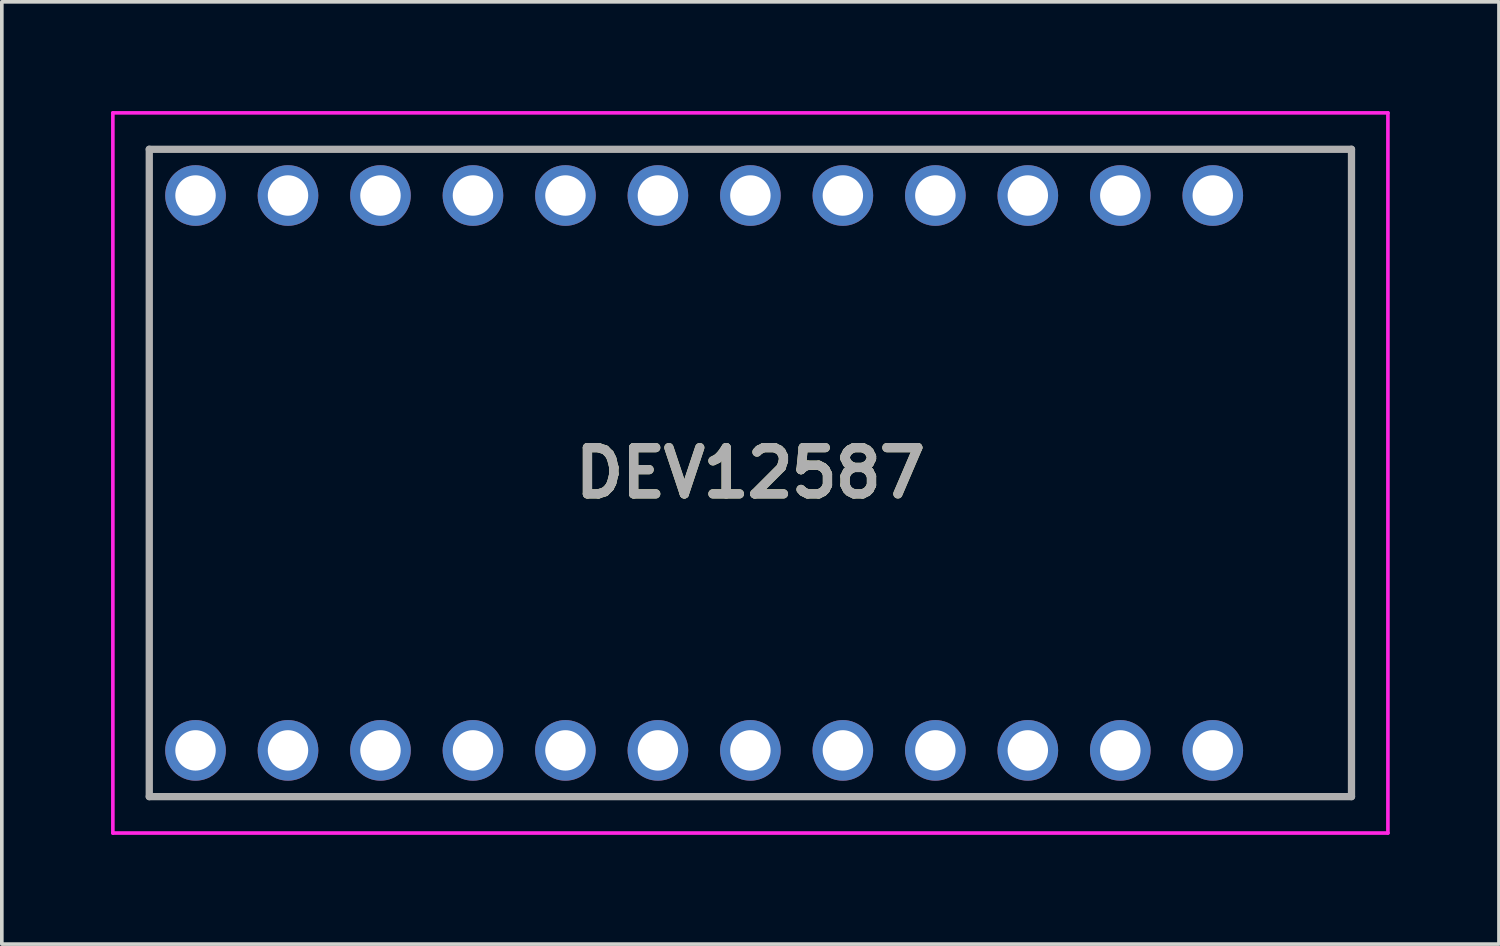
<source format=kicad_pcb>
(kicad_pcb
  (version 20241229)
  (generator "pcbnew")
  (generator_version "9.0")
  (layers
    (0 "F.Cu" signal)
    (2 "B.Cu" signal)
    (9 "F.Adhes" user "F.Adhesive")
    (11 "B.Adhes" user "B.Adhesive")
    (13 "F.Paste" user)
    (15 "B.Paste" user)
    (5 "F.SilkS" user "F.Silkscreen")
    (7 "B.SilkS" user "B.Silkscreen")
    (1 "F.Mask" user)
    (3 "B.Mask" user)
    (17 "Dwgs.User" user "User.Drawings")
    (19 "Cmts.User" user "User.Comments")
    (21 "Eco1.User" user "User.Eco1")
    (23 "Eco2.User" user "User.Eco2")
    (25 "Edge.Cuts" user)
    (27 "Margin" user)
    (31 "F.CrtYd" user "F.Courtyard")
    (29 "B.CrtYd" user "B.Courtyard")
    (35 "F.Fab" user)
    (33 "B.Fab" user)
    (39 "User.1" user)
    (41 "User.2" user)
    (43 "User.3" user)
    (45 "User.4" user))
  (footprint "DEV12587"
    (layer "F.Cu")
    (at 30.26 17.56)
    (property "Reference" "DEV12587" (at -12.7 -7.62 0) (layer "F.SilkS") (effects (font (size 1.27 1.27) (thickness 0.254))))
    (attr through_hole)
    (fp_line (start -29.21 -16.51) (end 3.81 -16.51) (stroke (width 0.1) (type solid)) (layer "F.SilkS"))
    (fp_line (start -29.21 1.27) (end -29.21 -16.51) (stroke (width 0.1) (type solid)) (layer "F.SilkS"))
    (fp_line (start 3.81 -16.51) (end 3.81 1.27) (stroke (width 0.1) (type solid)) (layer "F.SilkS"))
    (fp_line (start 3.81 1.27) (end -29.21 1.27) (stroke (width 0.1) (type solid)) (layer "F.SilkS"))
    (fp_line (start -30.21 -17.51) (end 4.81 -17.51) (stroke (width 0.1) (type solid)) (layer "F.CrtYd"))
    (fp_line (start -30.21 2.27) (end -30.21 -17.51) (stroke (width 0.1) (type solid)) (layer "F.CrtYd"))
    (fp_line (start 4.81 -17.51) (end 4.81 2.27) (stroke (width 0.1) (type solid)) (layer "F.CrtYd"))
    (fp_line (start 4.81 2.27) (end -30.21 2.27) (stroke (width 0.1) (type solid)) (layer "F.CrtYd"))
    (fp_line (start -29.21 -16.51) (end 3.81 -16.51) (stroke (width 0.2) (type solid)) (layer "F.Fab"))
    (fp_line (start -29.21 1.27) (end -29.21 -16.51) (stroke (width 0.2) (type solid)) (layer "F.Fab"))
    (fp_line (start 3.81 -16.51) (end 3.81 1.27) (stroke (width 0.2) (type solid)) (layer "F.Fab"))
    (fp_line (start 3.81 1.27) (end -29.21 1.27) (stroke (width 0.2) (type solid)) (layer "F.Fab"))
    (fp_text user "${REFERENCE}" (at -12.7 -7.62 0) (layer "F.Fab") (effects (font (size 1.27 1.27) (thickness 0.254))))
    (pad "1" thru_hole circle (at 0 0) (size 1.665 1.665) (drill 1.11) (layers "*.Cu" "*.Mask"))
    (pad "2" thru_hole circle (at -2.54 0) (size 1.665 1.665) (drill 1.11) (layers "*.Cu" "*.Mask"))
    (pad "3" thru_hole circle (at -5.08 0) (size 1.665 1.665) (drill 1.11) (layers "*.Cu" "*.Mask"))
    (pad "4" thru_hole circle (at -7.62 0) (size 1.665 1.665) (drill 1.11) (layers "*.Cu" "*.Mask"))
    (pad "5" thru_hole circle (at -10.16 0) (size 1.665 1.665) (drill 1.11) (layers "*.Cu" "*.Mask"))
    (pad "6" thru_hole circle (at -12.7 0) (size 1.665 1.665) (drill 1.11) (layers "*.Cu" "*.Mask"))
    (pad "7" thru_hole circle (at -15.24 0) (size 1.665 1.665) (drill 1.11) (layers "*.Cu" "*.Mask"))
    (pad "8" thru_hole circle (at -17.78 0) (size 1.665 1.665) (drill 1.11) (layers "*.Cu" "*.Mask"))
    (pad "9" thru_hole circle (at -20.32 0) (size 1.665 1.665) (drill 1.11) (layers "*.Cu" "*.Mask"))
    (pad "10" thru_hole circle (at -22.86 0) (size 1.665 1.665) (drill 1.11) (layers "*.Cu" "*.Mask"))
    (pad "11" thru_hole circle (at -25.4 0) (size 1.665 1.665) (drill 1.11) (layers "*.Cu" "*.Mask"))
    (pad "12" thru_hole circle (at -27.94 0) (size 1.665 1.665) (drill 1.11) (layers "*.Cu" "*.Mask"))
    (pad "13" thru_hole circle (at -27.94 -15.24) (size 1.665 1.665) (drill 1.11) (layers "*.Cu" "*.Mask"))
    (pad "14" thru_hole circle (at -25.4 -15.24) (size 1.665 1.665) (drill 1.11) (layers "*.Cu" "*.Mask"))
    (pad "15" thru_hole circle (at -22.86 -15.24) (size 1.665 1.665) (drill 1.11) (layers "*.Cu" "*.Mask"))
    (pad "16" thru_hole circle (at -20.32 -15.24) (size 1.665 1.665) (drill 1.11) (layers "*.Cu" "*.Mask"))
    (pad "17" thru_hole circle (at -17.78 -15.24) (size 1.665 1.665) (drill 1.11) (layers "*.Cu" "*.Mask"))
    (pad "18" thru_hole circle (at -15.24 -15.24) (size 1.665 1.665) (drill 1.11) (layers "*.Cu" "*.Mask"))
    (pad "19" thru_hole circle (at -12.7 -15.24) (size 1.665 1.665) (drill 1.11) (layers "*.Cu" "*.Mask"))
    (pad "20" thru_hole circle (at -10.16 -15.24) (size 1.665 1.665) (drill 1.11) (layers "*.Cu" "*.Mask"))
    (pad "21" thru_hole circle (at -7.62 -15.24) (size 1.665 1.665) (drill 1.11) (layers "*.Cu" "*.Mask"))
    (pad "22" thru_hole circle (at -5.08 -15.24) (size 1.665 1.665) (drill 1.11) (layers "*.Cu" "*.Mask"))
    (pad "23" thru_hole circle (at -2.54 -15.24) (size 1.665 1.665) (drill 1.11) (layers "*.Cu" "*.Mask"))
    (pad "24" thru_hole circle (at 0 -15.24) (size 1.665 1.665) (drill 1.11) (layers "*.Cu" "*.Mask")))
  (gr_rect
    (start -3 -3)
    (end 38.12 22.88)
    (stroke (width 0.1) (type default))
    (fill no)
    (layer "Edge.Cuts")))
</source>
